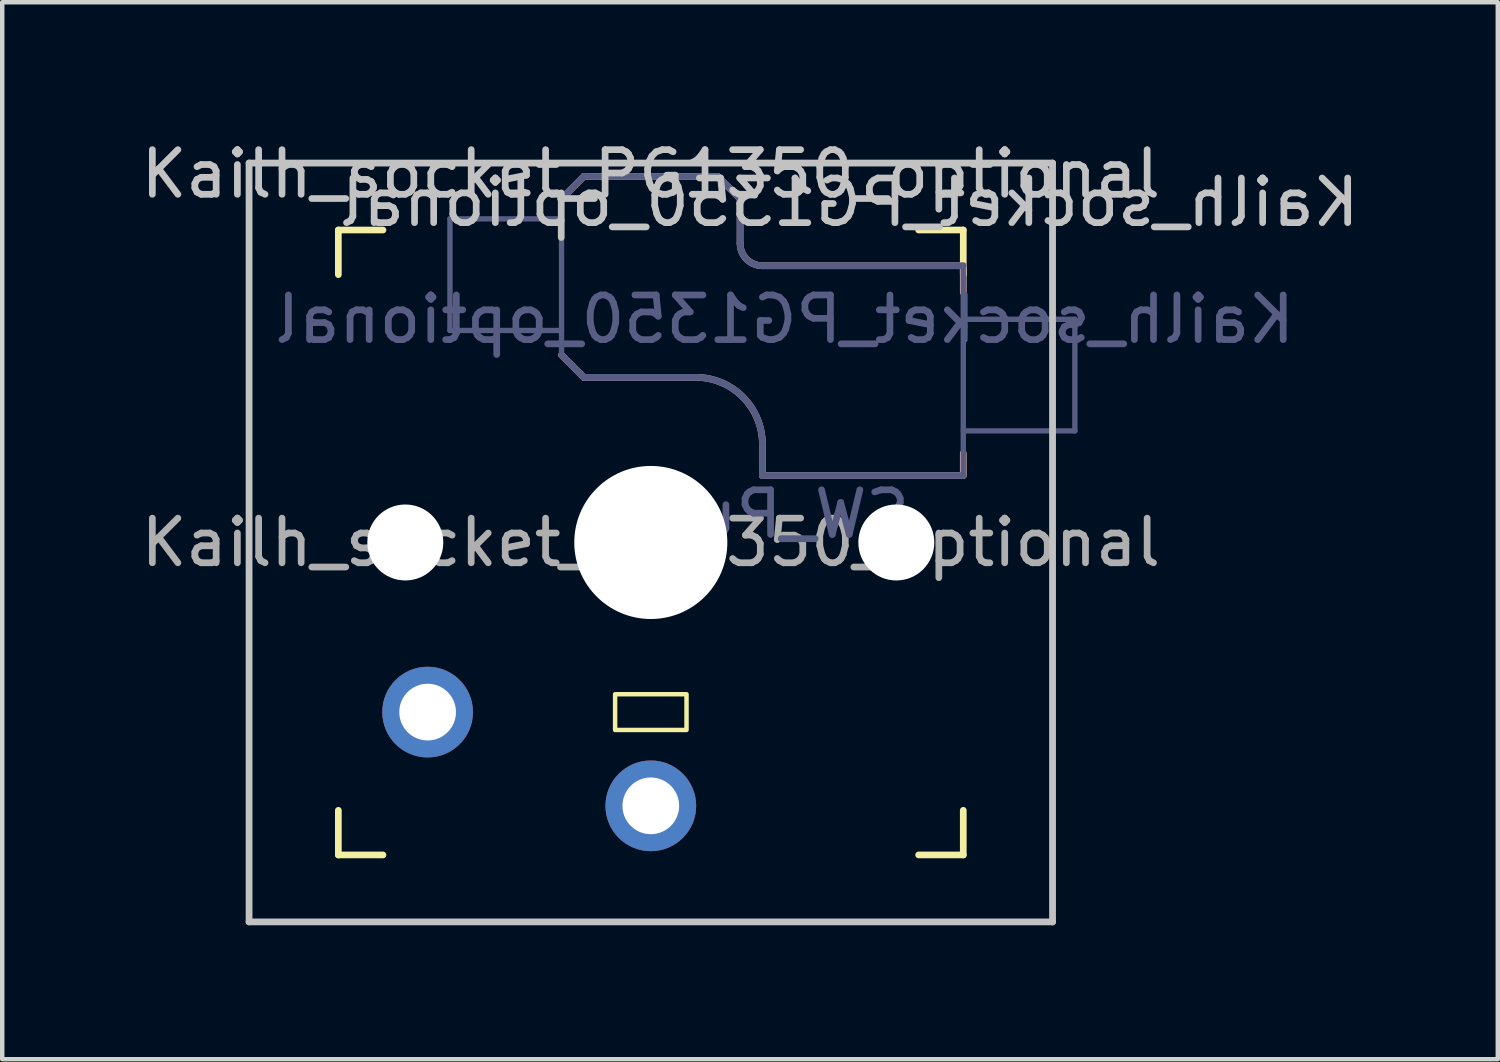
<source format=kicad_pcb>
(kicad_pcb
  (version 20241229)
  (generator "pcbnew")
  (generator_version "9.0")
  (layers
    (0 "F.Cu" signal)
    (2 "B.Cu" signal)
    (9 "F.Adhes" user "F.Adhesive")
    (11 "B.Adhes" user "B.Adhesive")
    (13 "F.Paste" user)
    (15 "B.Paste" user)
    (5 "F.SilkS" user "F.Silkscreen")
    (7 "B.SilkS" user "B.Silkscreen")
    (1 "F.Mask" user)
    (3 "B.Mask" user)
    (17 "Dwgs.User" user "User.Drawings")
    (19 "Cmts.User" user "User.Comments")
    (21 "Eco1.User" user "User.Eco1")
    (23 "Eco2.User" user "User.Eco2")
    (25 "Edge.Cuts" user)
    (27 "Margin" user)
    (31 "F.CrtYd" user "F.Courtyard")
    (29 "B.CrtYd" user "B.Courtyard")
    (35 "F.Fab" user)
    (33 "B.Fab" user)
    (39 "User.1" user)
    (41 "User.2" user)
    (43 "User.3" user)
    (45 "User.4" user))
  (footprint "Kailh_socket_PG1350_optional"
    (layer "F.Cu")
    (at 11.53 9.103)
    (property "Reference" "Kailh_socket_PG1350_optional" (at 0 -8.255 0) (layer "Dwgs.User") (effects (font (size 1 1) (thickness 0.15))))
    (property "Value" "SW_Push" (at 0 8.25 0) (layer "F.Fab") (hide yes) (effects (font (size 1 1) (thickness 0.15))))
    (attr through_hole)
    (fp_line (start -7 -6) (end -7 -7) (stroke (width 0.15) (type solid)) (layer "F.SilkS"))
    (fp_line (start -7 7) (end -7 6) (stroke (width 0.15) (type solid)) (layer "F.SilkS"))
    (fp_line (start -7 7) (end -6 7) (stroke (width 0.15) (type solid)) (layer "F.SilkS"))
    (fp_line (start -6 -7) (end -7 -7) (stroke (width 0.15) (type solid)) (layer "F.SilkS"))
    (fp_line (start 6 7) (end 7 7) (stroke (width 0.15) (type solid)) (layer "F.SilkS"))
    (fp_line (start 7 -7) (end 6 -7) (stroke (width 0.15) (type solid)) (layer "F.SilkS"))
    (fp_line (start 7 -7) (end 7 -6) (stroke (width 0.15) (type solid)) (layer "F.SilkS"))
    (fp_line (start 7 6) (end 7 7) (stroke (width 0.15) (type solid)) (layer "F.SilkS"))
    (fp_rect (start -0.8 3.4) (end 0.8 4.2) (stroke (width 0.1) (type solid)) (fill no) (layer "F.SilkS"))
    (fp_line (start -2 -7.7) (end -1.5 -8.2) (stroke (width 0.15) (type solid)) (layer "B.SilkS"))
    (fp_line (start -2 -4.2) (end -1.5 -3.7) (stroke (width 0.15) (type solid)) (layer "B.SilkS"))
    (fp_line (start -1.5 -8.2) (end 1.5 -8.2) (stroke (width 0.15) (type solid)) (layer "B.SilkS"))
    (fp_line (start -1.5 -3.7) (end 1 -3.7) (stroke (width 0.15) (type solid)) (layer "B.SilkS"))
    (fp_line (start 1.5 -8.2) (end 2 -7.7) (stroke (width 0.15) (type solid)) (layer "B.SilkS"))
    (fp_line (start 2 -6.7) (end 2 -7.7) (stroke (width 0.15) (type solid)) (layer "B.SilkS"))
    (fp_line (start 2.5 -2.2) (end 2.5 -1.5) (stroke (width 0.15) (type solid)) (layer "B.SilkS"))
    (fp_line (start 2.5 -1.5) (end 7 -1.5) (stroke (width 0.15) (type solid)) (layer "B.SilkS"))
    (fp_line (start 7 -6.2) (end 2.5 -6.2) (stroke (width 0.15) (type solid)) (layer "B.SilkS"))
    (fp_line (start 7 -5.6) (end 7 -6.2) (stroke (width 0.15) (type solid)) (layer "B.SilkS"))
    (fp_line (start 7 -1.5) (end 7 -2) (stroke (width 0.15) (type solid)) (layer "B.SilkS"))
    (fp_arc (start 1 -3.7) (mid 2.06066 -3.26066) (end 2.5 -2.2) (stroke (width 0.15) (type solid)) (layer "B.SilkS"))
    (fp_arc (start 2.5 -6.2) (mid 2.146447 -6.346447) (end 2 -6.7) (stroke (width 0.15) (type solid)) (layer "B.SilkS"))
    (fp_line (start -9 -8.5) (end 9 -8.5) (stroke (width 0.152) (type solid)) (layer "Dwgs.User"))
    (fp_line (start -9 8.5) (end -9 -8.5) (stroke (width 0.152) (type solid)) (layer "Dwgs.User"))
    (fp_line (start 9 -8.5) (end 9 8.5) (stroke (width 0.152) (type solid)) (layer "Dwgs.User"))
    (fp_line (start 9 8.5) (end -9 8.5) (stroke (width 0.152) (type solid)) (layer "Dwgs.User"))
    (fp_line (start -2.5 6.3) (end -2.5 3.1) (stroke (width 0.15) (type solid)) (layer "Eco1.User"))
    (fp_line (start -2.5 6.3) (end 2.7 6.3) (stroke (width 0.15) (type solid)) (layer "Eco1.User"))
    (fp_line (start 2.7 3.1) (end -2.5 3.1) (stroke (width 0.15) (type solid)) (layer "Eco1.User"))
    (fp_line (start 2.7 6.3) (end 2.7 3.1) (stroke (width 0.15) (type solid)) (layer "Eco1.User"))
    (fp_line (start -6.9 6.9) (end -6.9 -6.9) (stroke (width 0.15) (type solid)) (layer "Eco2.User"))
    (fp_line (start -6.9 6.9) (end 6.9 6.9) (stroke (width 0.15) (type solid)) (layer "Eco2.User"))
    (fp_line (start -2.6 -6.3) (end -2.6 -3.1) (stroke (width 0.15) (type solid)) (layer "Eco2.User"))
    (fp_line (start -2.6 -6.3) (end 2.6 -6.3) (stroke (width 0.15) (type solid)) (layer "Eco2.User"))
    (fp_line (start 2.6 -6.3) (end 2.6 -3.1) (stroke (width 0.15) (type solid)) (layer "Eco2.User"))
    (fp_line (start 2.6 -3.1) (end -2.6 -3.1) (stroke (width 0.15) (type solid)) (layer "Eco2.User"))
    (fp_line (start 6.9 -6.9) (end -6.9 -6.9) (stroke (width 0.15) (type solid)) (layer "Eco2.User"))
    (fp_line (start 6.9 -6.9) (end 6.9 6.9) (stroke (width 0.15) (type solid)) (layer "Eco2.User"))
    (fp_line (start -4.5 -7.25) (end -2 -7.25) (stroke (width 0.12) (type solid)) (layer "B.Fab"))
    (fp_line (start -4.5 -4.75) (end -4.5 -7.25) (stroke (width 0.12) (type solid)) (layer "B.Fab"))
    (fp_line (start -2 -7.7) (end -1.5 -8.2) (stroke (width 0.15) (type solid)) (layer "B.Fab"))
    (fp_line (start -2 -4.75) (end -4.5 -4.75) (stroke (width 0.12) (type solid)) (layer "B.Fab"))
    (fp_line (start -2 -4.25) (end -2 -7.7) (stroke (width 0.12) (type solid)) (layer "B.Fab"))
    (fp_line (start -2 -4.2) (end -1.5 -3.7) (stroke (width 0.15) (type solid)) (layer "B.Fab"))
    (fp_line (start -1.5 -8.2) (end 1.5 -8.2) (stroke (width 0.15) (type solid)) (layer "B.Fab"))
    (fp_line (start -1.5 -3.7) (end 1 -3.7) (stroke (width 0.15) (type solid)) (layer "B.Fab"))
    (fp_line (start 1.5 -8.2) (end 2 -7.7) (stroke (width 0.15) (type solid)) (layer "B.Fab"))
    (fp_line (start 2 -6.7) (end 2 -7.7) (stroke (width 0.15) (type solid)) (layer "B.Fab"))
    (fp_line (start 2.5 -2.2) (end 2.5 -1.5) (stroke (width 0.15) (type solid)) (layer "B.Fab"))
    (fp_line (start 2.5 -1.5) (end 7 -1.5) (stroke (width 0.15) (type solid)) (layer "B.Fab"))
    (fp_line (start 7 -6.2) (end 2.5 -6.2) (stroke (width 0.15) (type solid)) (layer "B.Fab"))
    (fp_line (start 7 -5) (end 9.5 -5) (stroke (width 0.12) (type solid)) (layer "B.Fab"))
    (fp_line (start 7 -1.5) (end 7 -6.2) (stroke (width 0.12) (type solid)) (layer "B.Fab"))
    (fp_line (start 9.5 -5) (end 9.5 -2.5) (stroke (width 0.12) (type solid)) (layer "B.Fab"))
    (fp_line (start 9.5 -2.5) (end 7 -2.5) (stroke (width 0.12) (type solid)) (layer "B.Fab"))
    (fp_arc (start 1 -3.7) (mid 2.06066 -3.26066) (end 2.5 -2.2) (stroke (width 0.15) (type solid)) (layer "B.Fab"))
    (fp_arc (start 2.5 -6.2) (mid 2.146447 -6.346447) (end 2 -6.7) (stroke (width 0.15) (type solid)) (layer "B.Fab"))
    (fp_text user "${REFERENCE}" (at 4.445 -7.62 0) (layer "Dwgs.User") (effects (font (size 1 1) (thickness 0.15)) (justify mirror)))
    (fp_text user "${REFERENCE}" (at 3 -5 180) (layer "B.Fab") (effects (font (size 1 1) (thickness 0.15)) (justify mirror)))
    (fp_text user "${VALUE}" (at 2.54 -0.635 0) (layer "B.Fab") (effects (font (size 1 1) (thickness 0.15)) (justify mirror)))
    (fp_text user "${REFERENCE}" (at 0 0 0) (layer "F.Fab") (effects (font (size 1 1) (thickness 0.15))))
    (pad "" np_thru_hole circle (at -5.5 0) (size 1.702 1.702) (drill 1.702) (layers "*.Cu" "*.Mask"))
    (pad "" np_thru_hole circle (at 0 0) (size 3.429 3.429) (drill 3.429) (layers "*.Cu" "*.Mask"))
    (pad "" np_thru_hole circle (at 5.5 0) (size 1.702 1.702) (drill 1.702) (layers "*.Cu" "*.Mask"))
    (pad "1" thru_hole circle (at 0 5.9) (size 2.032 2.032) (drill 1.27) (layers "*.Cu" "*.Mask"))
    (pad "2" thru_hole circle (at -5 3.8) (size 2.032 2.032) (drill 1.27) (layers "*.Cu" "*.Mask")))
  (gr_rect
    (start -3 -3)
    (end 30.505 20.679)
    (stroke (width 0.1) (type default))
    (fill no)
    (layer "Edge.Cuts")))
</source>
